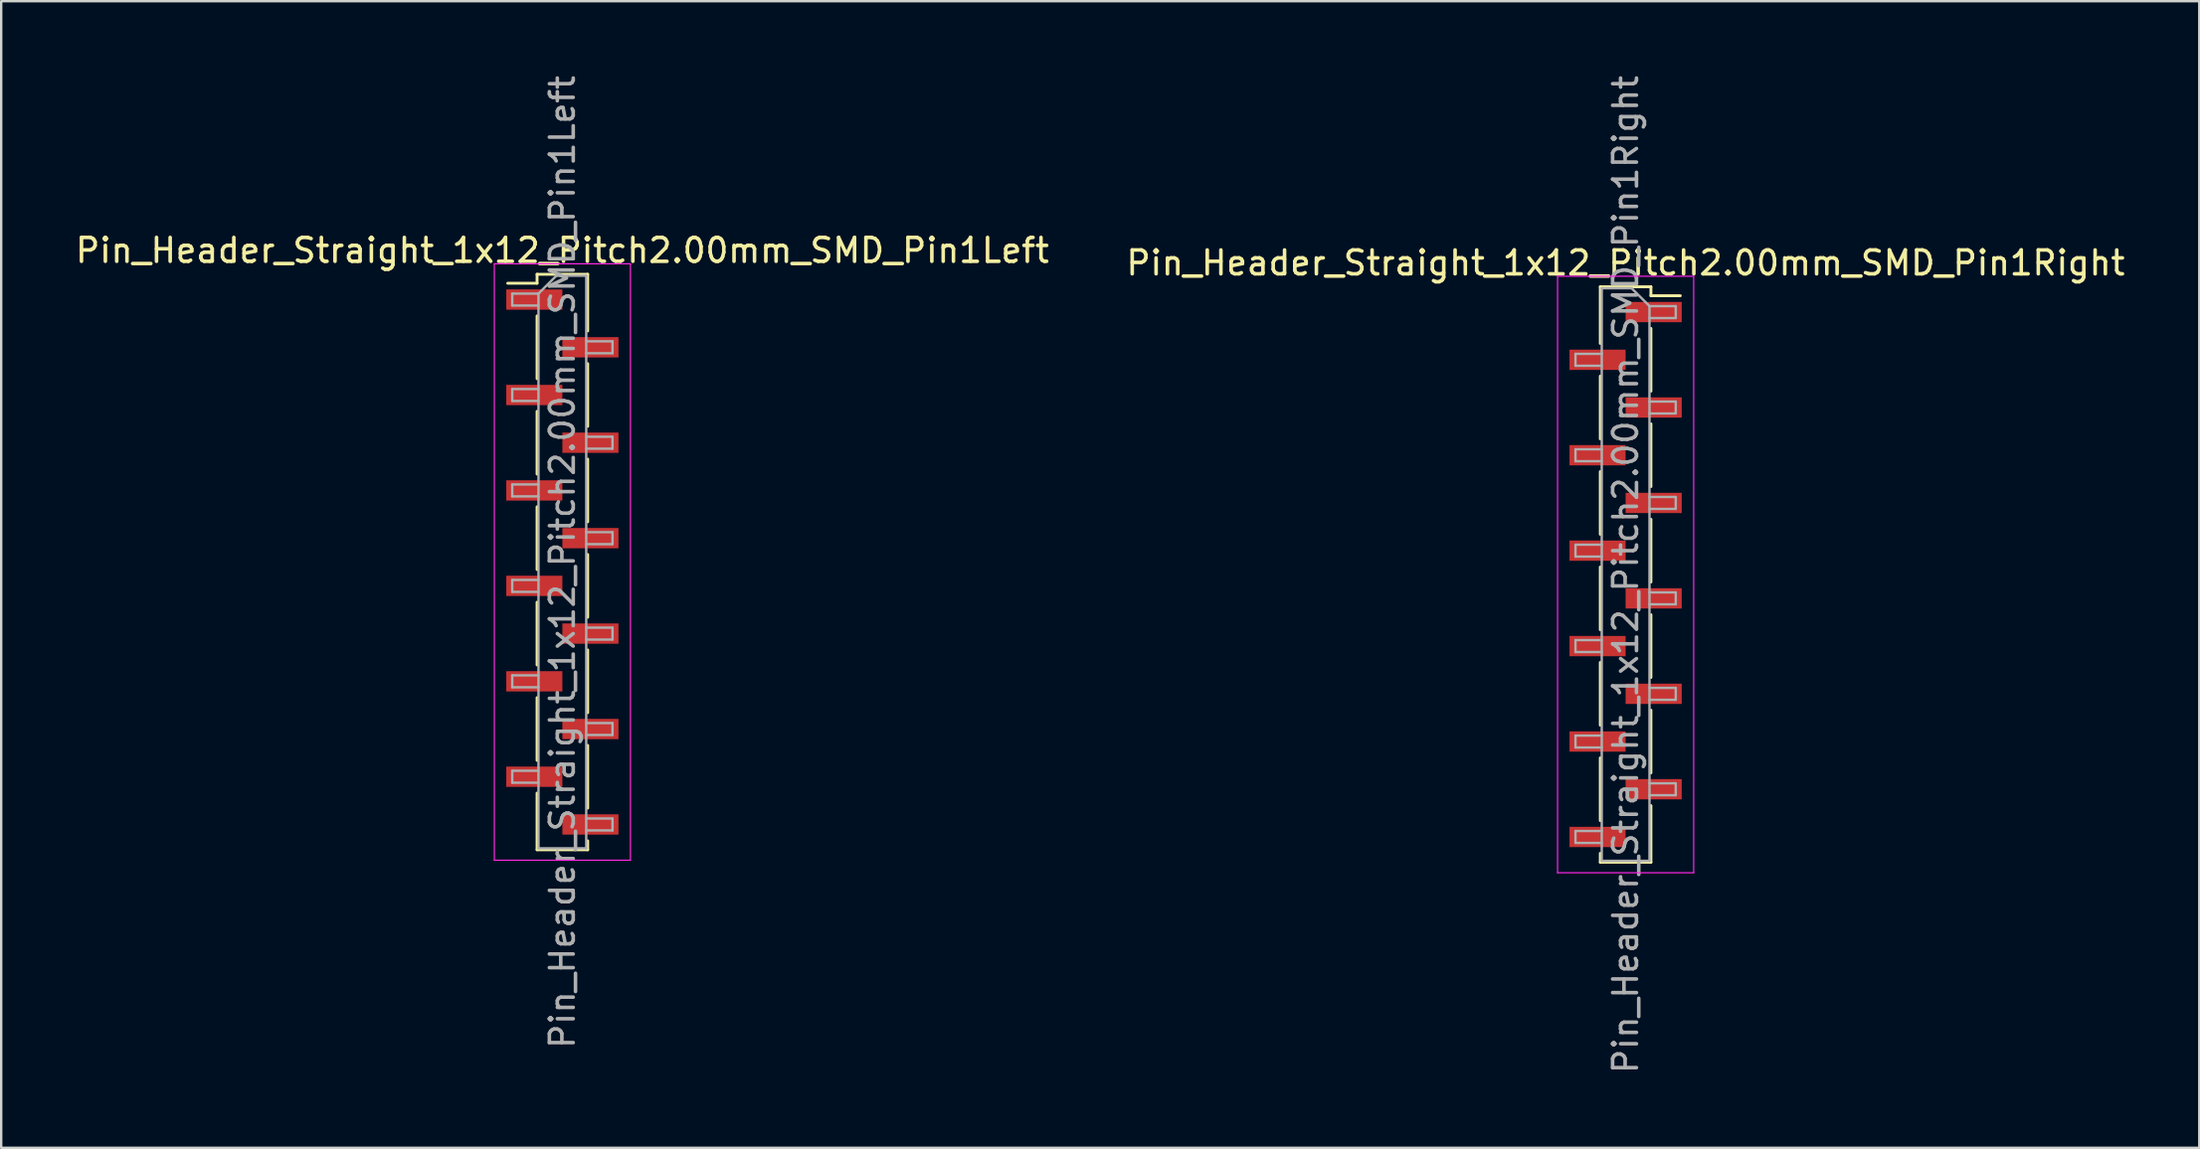
<source format=kicad_pcb>
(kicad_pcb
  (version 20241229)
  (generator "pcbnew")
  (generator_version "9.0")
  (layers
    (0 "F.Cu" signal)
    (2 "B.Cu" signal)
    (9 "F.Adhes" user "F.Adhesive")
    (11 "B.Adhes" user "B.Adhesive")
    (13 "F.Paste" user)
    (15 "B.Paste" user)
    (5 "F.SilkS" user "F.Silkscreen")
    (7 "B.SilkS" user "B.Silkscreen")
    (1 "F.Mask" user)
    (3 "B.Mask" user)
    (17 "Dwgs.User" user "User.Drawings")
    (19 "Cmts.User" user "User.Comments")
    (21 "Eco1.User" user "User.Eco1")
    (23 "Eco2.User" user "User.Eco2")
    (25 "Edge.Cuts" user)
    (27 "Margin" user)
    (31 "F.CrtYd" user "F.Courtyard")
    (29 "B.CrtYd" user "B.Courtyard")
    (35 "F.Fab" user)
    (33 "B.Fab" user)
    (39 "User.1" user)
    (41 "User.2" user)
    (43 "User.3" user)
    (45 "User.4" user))
  (footprint "Pin_Header_Straight_1x12_Pitch2.00mm_SMD_Pin1Right"
    (layer "F.Cu")
    (at 65.042 21.03)
    (property "Reference" "Pin_Header_Straight_1x12_Pitch2.00mm_SMD_Pin1Right" (at 0 -13.06 0) (layer "F.SilkS") (effects (font (size 1 1) (thickness 0.15))))
    (attr smd)
    (fp_line (start -1.06 -12.06) (end -1.06 -9.685) (stroke (width 0.12) (type solid)) (layer "F.SilkS"))
    (fp_line (start -1.06 -12.06) (end 1.06 -12.06) (stroke (width 0.12) (type solid)) (layer "F.SilkS"))
    (fp_line (start -1.06 -8.315) (end -1.06 -5.685) (stroke (width 0.12) (type solid)) (layer "F.SilkS"))
    (fp_line (start -1.06 -4.315) (end -1.06 -1.685) (stroke (width 0.12) (type solid)) (layer "F.SilkS"))
    (fp_line (start -1.06 -0.315) (end -1.06 2.315) (stroke (width 0.12) (type solid)) (layer "F.SilkS"))
    (fp_line (start -1.06 3.685) (end -1.06 6.315) (stroke (width 0.12) (type solid)) (layer "F.SilkS"))
    (fp_line (start -1.06 7.685) (end -1.06 10.315) (stroke (width 0.12) (type solid)) (layer "F.SilkS"))
    (fp_line (start -1.06 11.685) (end -1.06 12.06) (stroke (width 0.12) (type solid)) (layer "F.SilkS"))
    (fp_line (start -1.06 12.06) (end 1.06 12.06) (stroke (width 0.12) (type solid)) (layer "F.SilkS"))
    (fp_line (start 1.06 -12.06) (end 1.06 -11.685) (stroke (width 0.12) (type solid)) (layer "F.SilkS"))
    (fp_line (start 1.06 -11.685) (end 2.29 -11.685) (stroke (width 0.12) (type solid)) (layer "F.SilkS"))
    (fp_line (start 1.06 -10.315) (end 1.06 -7.685) (stroke (width 0.12) (type solid)) (layer "F.SilkS"))
    (fp_line (start 1.06 -6.315) (end 1.06 -3.685) (stroke (width 0.12) (type solid)) (layer "F.SilkS"))
    (fp_line (start 1.06 -2.315) (end 1.06 0.315) (stroke (width 0.12) (type solid)) (layer "F.SilkS"))
    (fp_line (start 1.06 1.685) (end 1.06 4.315) (stroke (width 0.12) (type solid)) (layer "F.SilkS"))
    (fp_line (start 1.06 5.685) (end 1.06 8.315) (stroke (width 0.12) (type solid)) (layer "F.SilkS"))
    (fp_line (start 1.06 9.685) (end 1.06 12.06) (stroke (width 0.12) (type solid)) (layer "F.SilkS"))
    (fp_line (start -2.85 -12.5) (end -2.85 12.5) (stroke (width 0.05) (type solid)) (layer "F.CrtYd"))
    (fp_line (start -2.85 12.5) (end 2.85 12.5) (stroke (width 0.05) (type solid)) (layer "F.CrtYd"))
    (fp_line (start 2.85 -12.5) (end -2.85 -12.5) (stroke (width 0.05) (type solid)) (layer "F.CrtYd"))
    (fp_line (start 2.85 12.5) (end 2.85 -12.5) (stroke (width 0.05) (type solid)) (layer "F.CrtYd"))
    (fp_line (start -2.1 -9.25) (end -2.1 -8.75) (stroke (width 0.1) (type solid)) (layer "F.Fab"))
    (fp_line (start -2.1 -8.75) (end -1 -8.75) (stroke (width 0.1) (type solid)) (layer "F.Fab"))
    (fp_line (start -2.1 -5.25) (end -2.1 -4.75) (stroke (width 0.1) (type solid)) (layer "F.Fab"))
    (fp_line (start -2.1 -4.75) (end -1 -4.75) (stroke (width 0.1) (type solid)) (layer "F.Fab"))
    (fp_line (start -2.1 -1.25) (end -2.1 -0.75) (stroke (width 0.1) (type solid)) (layer "F.Fab"))
    (fp_line (start -2.1 -0.75) (end -1 -0.75) (stroke (width 0.1) (type solid)) (layer "F.Fab"))
    (fp_line (start -2.1 2.75) (end -2.1 3.25) (stroke (width 0.1) (type solid)) (layer "F.Fab"))
    (fp_line (start -2.1 3.25) (end -1 3.25) (stroke (width 0.1) (type solid)) (layer "F.Fab"))
    (fp_line (start -2.1 6.75) (end -2.1 7.25) (stroke (width 0.1) (type solid)) (layer "F.Fab"))
    (fp_line (start -2.1 7.25) (end -1 7.25) (stroke (width 0.1) (type solid)) (layer "F.Fab"))
    (fp_line (start -2.1 10.75) (end -2.1 11.25) (stroke (width 0.1) (type solid)) (layer "F.Fab"))
    (fp_line (start -2.1 11.25) (end -1 11.25) (stroke (width 0.1) (type solid)) (layer "F.Fab"))
    (fp_line (start -1 -12) (end -1 12) (stroke (width 0.1) (type solid)) (layer "F.Fab"))
    (fp_line (start -1 -12) (end 0.25 -12) (stroke (width 0.1) (type solid)) (layer "F.Fab"))
    (fp_line (start -1 -9.25) (end -2.1 -9.25) (stroke (width 0.1) (type solid)) (layer "F.Fab"))
    (fp_line (start -1 -5.25) (end -2.1 -5.25) (stroke (width 0.1) (type solid)) (layer "F.Fab"))
    (fp_line (start -1 -1.25) (end -2.1 -1.25) (stroke (width 0.1) (type solid)) (layer "F.Fab"))
    (fp_line (start -1 2.75) (end -2.1 2.75) (stroke (width 0.1) (type solid)) (layer "F.Fab"))
    (fp_line (start -1 6.75) (end -2.1 6.75) (stroke (width 0.1) (type solid)) (layer "F.Fab"))
    (fp_line (start -1 10.75) (end -2.1 10.75) (stroke (width 0.1) (type solid)) (layer "F.Fab"))
    (fp_line (start 1 -11.25) (end 0.25 -12) (stroke (width 0.1) (type solid)) (layer "F.Fab"))
    (fp_line (start 1 -11.25) (end 2.1 -11.25) (stroke (width 0.1) (type solid)) (layer "F.Fab"))
    (fp_line (start 1 -7.25) (end 2.1 -7.25) (stroke (width 0.1) (type solid)) (layer "F.Fab"))
    (fp_line (start 1 -3.25) (end 2.1 -3.25) (stroke (width 0.1) (type solid)) (layer "F.Fab"))
    (fp_line (start 1 0.75) (end 2.1 0.75) (stroke (width 0.1) (type solid)) (layer "F.Fab"))
    (fp_line (start 1 4.75) (end 2.1 4.75) (stroke (width 0.1) (type solid)) (layer "F.Fab"))
    (fp_line (start 1 8.75) (end 2.1 8.75) (stroke (width 0.1) (type solid)) (layer "F.Fab"))
    (fp_line (start 1 12) (end -1 12) (stroke (width 0.1) (type solid)) (layer "F.Fab"))
    (fp_line (start 1 12) (end 1 -11.25) (stroke (width 0.1) (type solid)) (layer "F.Fab"))
    (fp_line (start 2.1 -11.25) (end 2.1 -10.75) (stroke (width 0.1) (type solid)) (layer "F.Fab"))
    (fp_line (start 2.1 -10.75) (end 1 -10.75) (stroke (width 0.1) (type solid)) (layer "F.Fab"))
    (fp_line (start 2.1 -7.25) (end 2.1 -6.75) (stroke (width 0.1) (type solid)) (layer "F.Fab"))
    (fp_line (start 2.1 -6.75) (end 1 -6.75) (stroke (width 0.1) (type solid)) (layer "F.Fab"))
    (fp_line (start 2.1 -3.25) (end 2.1 -2.75) (stroke (width 0.1) (type solid)) (layer "F.Fab"))
    (fp_line (start 2.1 -2.75) (end 1 -2.75) (stroke (width 0.1) (type solid)) (layer "F.Fab"))
    (fp_line (start 2.1 0.75) (end 2.1 1.25) (stroke (width 0.1) (type solid)) (layer "F.Fab"))
    (fp_line (start 2.1 1.25) (end 1 1.25) (stroke (width 0.1) (type solid)) (layer "F.Fab"))
    (fp_line (start 2.1 4.75) (end 2.1 5.25) (stroke (width 0.1) (type solid)) (layer "F.Fab"))
    (fp_line (start 2.1 5.25) (end 1 5.25) (stroke (width 0.1) (type solid)) (layer "F.Fab"))
    (fp_line (start 2.1 8.75) (end 2.1 9.25) (stroke (width 0.1) (type solid)) (layer "F.Fab"))
    (fp_line (start 2.1 9.25) (end 1 9.25) (stroke (width 0.1) (type solid)) (layer "F.Fab"))
    (fp_text user "${REFERENCE}" (at 0 0 90) (layer "F.Fab") (effects (font (size 1 1) (thickness 0.15))))
    (pad "1" smd rect (at 1.175 -11) (size 2.35 0.85) (layers "F.Cu" "F.Mask" "F.Paste"))
    (pad "2" smd rect (at -1.175 -9) (size 2.35 0.85) (layers "F.Cu" "F.Mask" "F.Paste"))
    (pad "3" smd rect (at 1.175 -7) (size 2.35 0.85) (layers "F.Cu" "F.Mask" "F.Paste"))
    (pad "4" smd rect (at -1.175 -5) (size 2.35 0.85) (layers "F.Cu" "F.Mask" "F.Paste"))
    (pad "5" smd rect (at 1.175 -3) (size 2.35 0.85) (layers "F.Cu" "F.Mask" "F.Paste"))
    (pad "6" smd rect (at -1.175 -1) (size 2.35 0.85) (layers "F.Cu" "F.Mask" "F.Paste"))
    (pad "7" smd rect (at 1.175 1) (size 2.35 0.85) (layers "F.Cu" "F.Mask" "F.Paste"))
    (pad "8" smd rect (at -1.175 3) (size 2.35 0.85) (layers "F.Cu" "F.Mask" "F.Paste"))
    (pad "9" smd rect (at 1.175 5) (size 2.35 0.85) (layers "F.Cu" "F.Mask" "F.Paste"))
    (pad "10" smd rect (at -1.175 7) (size 2.35 0.85) (layers "F.Cu" "F.Mask" "F.Paste"))
    (pad "11" smd rect (at 1.175 9) (size 2.35 0.85) (layers "F.Cu" "F.Mask" "F.Paste"))
    (pad "12" smd rect (at -1.175 11) (size 2.35 0.85) (layers "F.Cu" "F.Mask" "F.Paste")))
  (footprint "Pin_Header_Straight_1x12_Pitch2.00mm_SMD_Pin1Left"
    (layer "F.Cu")
    (at 20.506 20.506)
    (property "Reference" "Pin_Header_Straight_1x12_Pitch2.00mm_SMD_Pin1Left" (at 0 -13.06 0) (layer "F.SilkS") (effects (font (size 1 1) (thickness 0.15))))
    (attr smd)
    (fp_line (start -1.06 -12.06) (end -1.06 -11.685) (stroke (width 0.12) (type solid)) (layer "F.SilkS"))
    (fp_line (start -1.06 -12.06) (end 1.06 -12.06) (stroke (width 0.12) (type solid)) (layer "F.SilkS"))
    (fp_line (start -1.06 -11.685) (end -2.29 -11.685) (stroke (width 0.12) (type solid)) (layer "F.SilkS"))
    (fp_line (start -1.06 -10.315) (end -1.06 -7.685) (stroke (width 0.12) (type solid)) (layer "F.SilkS"))
    (fp_line (start -1.06 -6.315) (end -1.06 -3.685) (stroke (width 0.12) (type solid)) (layer "F.SilkS"))
    (fp_line (start -1.06 -2.315) (end -1.06 0.315) (stroke (width 0.12) (type solid)) (layer "F.SilkS"))
    (fp_line (start -1.06 1.685) (end -1.06 4.315) (stroke (width 0.12) (type solid)) (layer "F.SilkS"))
    (fp_line (start -1.06 5.685) (end -1.06 8.315) (stroke (width 0.12) (type solid)) (layer "F.SilkS"))
    (fp_line (start -1.06 9.685) (end -1.06 12.06) (stroke (width 0.12) (type solid)) (layer "F.SilkS"))
    (fp_line (start -1.06 12.06) (end 1.06 12.06) (stroke (width 0.12) (type solid)) (layer "F.SilkS"))
    (fp_line (start 1.06 -12.06) (end 1.06 -9.685) (stroke (width 0.12) (type solid)) (layer "F.SilkS"))
    (fp_line (start 1.06 -8.315) (end 1.06 -5.685) (stroke (width 0.12) (type solid)) (layer "F.SilkS"))
    (fp_line (start 1.06 -4.315) (end 1.06 -1.685) (stroke (width 0.12) (type solid)) (layer "F.SilkS"))
    (fp_line (start 1.06 -0.315) (end 1.06 2.315) (stroke (width 0.12) (type solid)) (layer "F.SilkS"))
    (fp_line (start 1.06 3.685) (end 1.06 6.315) (stroke (width 0.12) (type solid)) (layer "F.SilkS"))
    (fp_line (start 1.06 7.685) (end 1.06 10.315) (stroke (width 0.12) (type solid)) (layer "F.SilkS"))
    (fp_line (start 1.06 11.685) (end 1.06 12.06) (stroke (width 0.12) (type solid)) (layer "F.SilkS"))
    (fp_line (start -2.85 -12.5) (end -2.85 12.5) (stroke (width 0.05) (type solid)) (layer "F.CrtYd"))
    (fp_line (start -2.85 12.5) (end 2.85 12.5) (stroke (width 0.05) (type solid)) (layer "F.CrtYd"))
    (fp_line (start 2.85 -12.5) (end -2.85 -12.5) (stroke (width 0.05) (type solid)) (layer "F.CrtYd"))
    (fp_line (start 2.85 12.5) (end 2.85 -12.5) (stroke (width 0.05) (type solid)) (layer "F.CrtYd"))
    (fp_line (start -2.1 -11.25) (end -2.1 -10.75) (stroke (width 0.1) (type solid)) (layer "F.Fab"))
    (fp_line (start -2.1 -10.75) (end -1 -10.75) (stroke (width 0.1) (type solid)) (layer "F.Fab"))
    (fp_line (start -2.1 -7.25) (end -2.1 -6.75) (stroke (width 0.1) (type solid)) (layer "F.Fab"))
    (fp_line (start -2.1 -6.75) (end -1 -6.75) (stroke (width 0.1) (type solid)) (layer "F.Fab"))
    (fp_line (start -2.1 -3.25) (end -2.1 -2.75) (stroke (width 0.1) (type solid)) (layer "F.Fab"))
    (fp_line (start -2.1 -2.75) (end -1 -2.75) (stroke (width 0.1) (type solid)) (layer "F.Fab"))
    (fp_line (start -2.1 0.75) (end -2.1 1.25) (stroke (width 0.1) (type solid)) (layer "F.Fab"))
    (fp_line (start -2.1 1.25) (end -1 1.25) (stroke (width 0.1) (type solid)) (layer "F.Fab"))
    (fp_line (start -2.1 4.75) (end -2.1 5.25) (stroke (width 0.1) (type solid)) (layer "F.Fab"))
    (fp_line (start -2.1 5.25) (end -1 5.25) (stroke (width 0.1) (type solid)) (layer "F.Fab"))
    (fp_line (start -2.1 8.75) (end -2.1 9.25) (stroke (width 0.1) (type solid)) (layer "F.Fab"))
    (fp_line (start -2.1 9.25) (end -1 9.25) (stroke (width 0.1) (type solid)) (layer "F.Fab"))
    (fp_line (start -1 -11.25) (end -2.1 -11.25) (stroke (width 0.1) (type solid)) (layer "F.Fab"))
    (fp_line (start -1 -11.25) (end -0.25 -12) (stroke (width 0.1) (type solid)) (layer "F.Fab"))
    (fp_line (start -1 -7.25) (end -2.1 -7.25) (stroke (width 0.1) (type solid)) (layer "F.Fab"))
    (fp_line (start -1 -3.25) (end -2.1 -3.25) (stroke (width 0.1) (type solid)) (layer "F.Fab"))
    (fp_line (start -1 0.75) (end -2.1 0.75) (stroke (width 0.1) (type solid)) (layer "F.Fab"))
    (fp_line (start -1 4.75) (end -2.1 4.75) (stroke (width 0.1) (type solid)) (layer "F.Fab"))
    (fp_line (start -1 8.75) (end -2.1 8.75) (stroke (width 0.1) (type solid)) (layer "F.Fab"))
    (fp_line (start -1 12) (end -1 -11.25) (stroke (width 0.1) (type solid)) (layer "F.Fab"))
    (fp_line (start -0.25 -12) (end 1 -12) (stroke (width 0.1) (type solid)) (layer "F.Fab"))
    (fp_line (start 1 -12) (end 1 12) (stroke (width 0.1) (type solid)) (layer "F.Fab"))
    (fp_line (start 1 -9.25) (end 2.1 -9.25) (stroke (width 0.1) (type solid)) (layer "F.Fab"))
    (fp_line (start 1 -5.25) (end 2.1 -5.25) (stroke (width 0.1) (type solid)) (layer "F.Fab"))
    (fp_line (start 1 -1.25) (end 2.1 -1.25) (stroke (width 0.1) (type solid)) (layer "F.Fab"))
    (fp_line (start 1 2.75) (end 2.1 2.75) (stroke (width 0.1) (type solid)) (layer "F.Fab"))
    (fp_line (start 1 6.75) (end 2.1 6.75) (stroke (width 0.1) (type solid)) (layer "F.Fab"))
    (fp_line (start 1 10.75) (end 2.1 10.75) (stroke (width 0.1) (type solid)) (layer "F.Fab"))
    (fp_line (start 1 12) (end -1 12) (stroke (width 0.1) (type solid)) (layer "F.Fab"))
    (fp_line (start 2.1 -9.25) (end 2.1 -8.75) (stroke (width 0.1) (type solid)) (layer "F.Fab"))
    (fp_line (start 2.1 -8.75) (end 1 -8.75) (stroke (width 0.1) (type solid)) (layer "F.Fab"))
    (fp_line (start 2.1 -5.25) (end 2.1 -4.75) (stroke (width 0.1) (type solid)) (layer "F.Fab"))
    (fp_line (start 2.1 -4.75) (end 1 -4.75) (stroke (width 0.1) (type solid)) (layer "F.Fab"))
    (fp_line (start 2.1 -1.25) (end 2.1 -0.75) (stroke (width 0.1) (type solid)) (layer "F.Fab"))
    (fp_line (start 2.1 -0.75) (end 1 -0.75) (stroke (width 0.1) (type solid)) (layer "F.Fab"))
    (fp_line (start 2.1 2.75) (end 2.1 3.25) (stroke (width 0.1) (type solid)) (layer "F.Fab"))
    (fp_line (start 2.1 3.25) (end 1 3.25) (stroke (width 0.1) (type solid)) (layer "F.Fab"))
    (fp_line (start 2.1 6.75) (end 2.1 7.25) (stroke (width 0.1) (type solid)) (layer "F.Fab"))
    (fp_line (start 2.1 7.25) (end 1 7.25) (stroke (width 0.1) (type solid)) (layer "F.Fab"))
    (fp_line (start 2.1 10.75) (end 2.1 11.25) (stroke (width 0.1) (type solid)) (layer "F.Fab"))
    (fp_line (start 2.1 11.25) (end 1 11.25) (stroke (width 0.1) (type solid)) (layer "F.Fab"))
    (fp_text user "${REFERENCE}" (at 0 0 90) (layer "F.Fab") (effects (font (size 1 1) (thickness 0.15))))
    (pad "1" smd rect (at -1.175 -11) (size 2.35 0.85) (layers "F.Cu" "F.Mask" "F.Paste"))
    (pad "2" smd rect (at 1.175 -9) (size 2.35 0.85) (layers "F.Cu" "F.Mask" "F.Paste"))
    (pad "3" smd rect (at -1.175 -7) (size 2.35 0.85) (layers "F.Cu" "F.Mask" "F.Paste"))
    (pad "4" smd rect (at 1.175 -5) (size 2.35 0.85) (layers "F.Cu" "F.Mask" "F.Paste"))
    (pad "5" smd rect (at -1.175 -3) (size 2.35 0.85) (layers "F.Cu" "F.Mask" "F.Paste"))
    (pad "6" smd rect (at 1.175 -1) (size 2.35 0.85) (layers "F.Cu" "F.Mask" "F.Paste"))
    (pad "7" smd rect (at -1.175 1) (size 2.35 0.85) (layers "F.Cu" "F.Mask" "F.Paste"))
    (pad "8" smd rect (at 1.175 3) (size 2.35 0.85) (layers "F.Cu" "F.Mask" "F.Paste"))
    (pad "9" smd rect (at -1.175 5) (size 2.35 0.85) (layers "F.Cu" "F.Mask" "F.Paste"))
    (pad "10" smd rect (at 1.175 7) (size 2.35 0.85) (layers "F.Cu" "F.Mask" "F.Paste"))
    (pad "11" smd rect (at -1.175 9) (size 2.35 0.85) (layers "F.Cu" "F.Mask" "F.Paste"))
    (pad "12" smd rect (at 1.175 11) (size 2.35 0.85) (layers "F.Cu" "F.Mask" "F.Paste")))
  (gr_rect
    (start -3 -3)
    (end 89.071 45.06)
    (stroke (width 0.1) (type default))
    (fill no)
    (layer "Edge.Cuts")))
</source>
